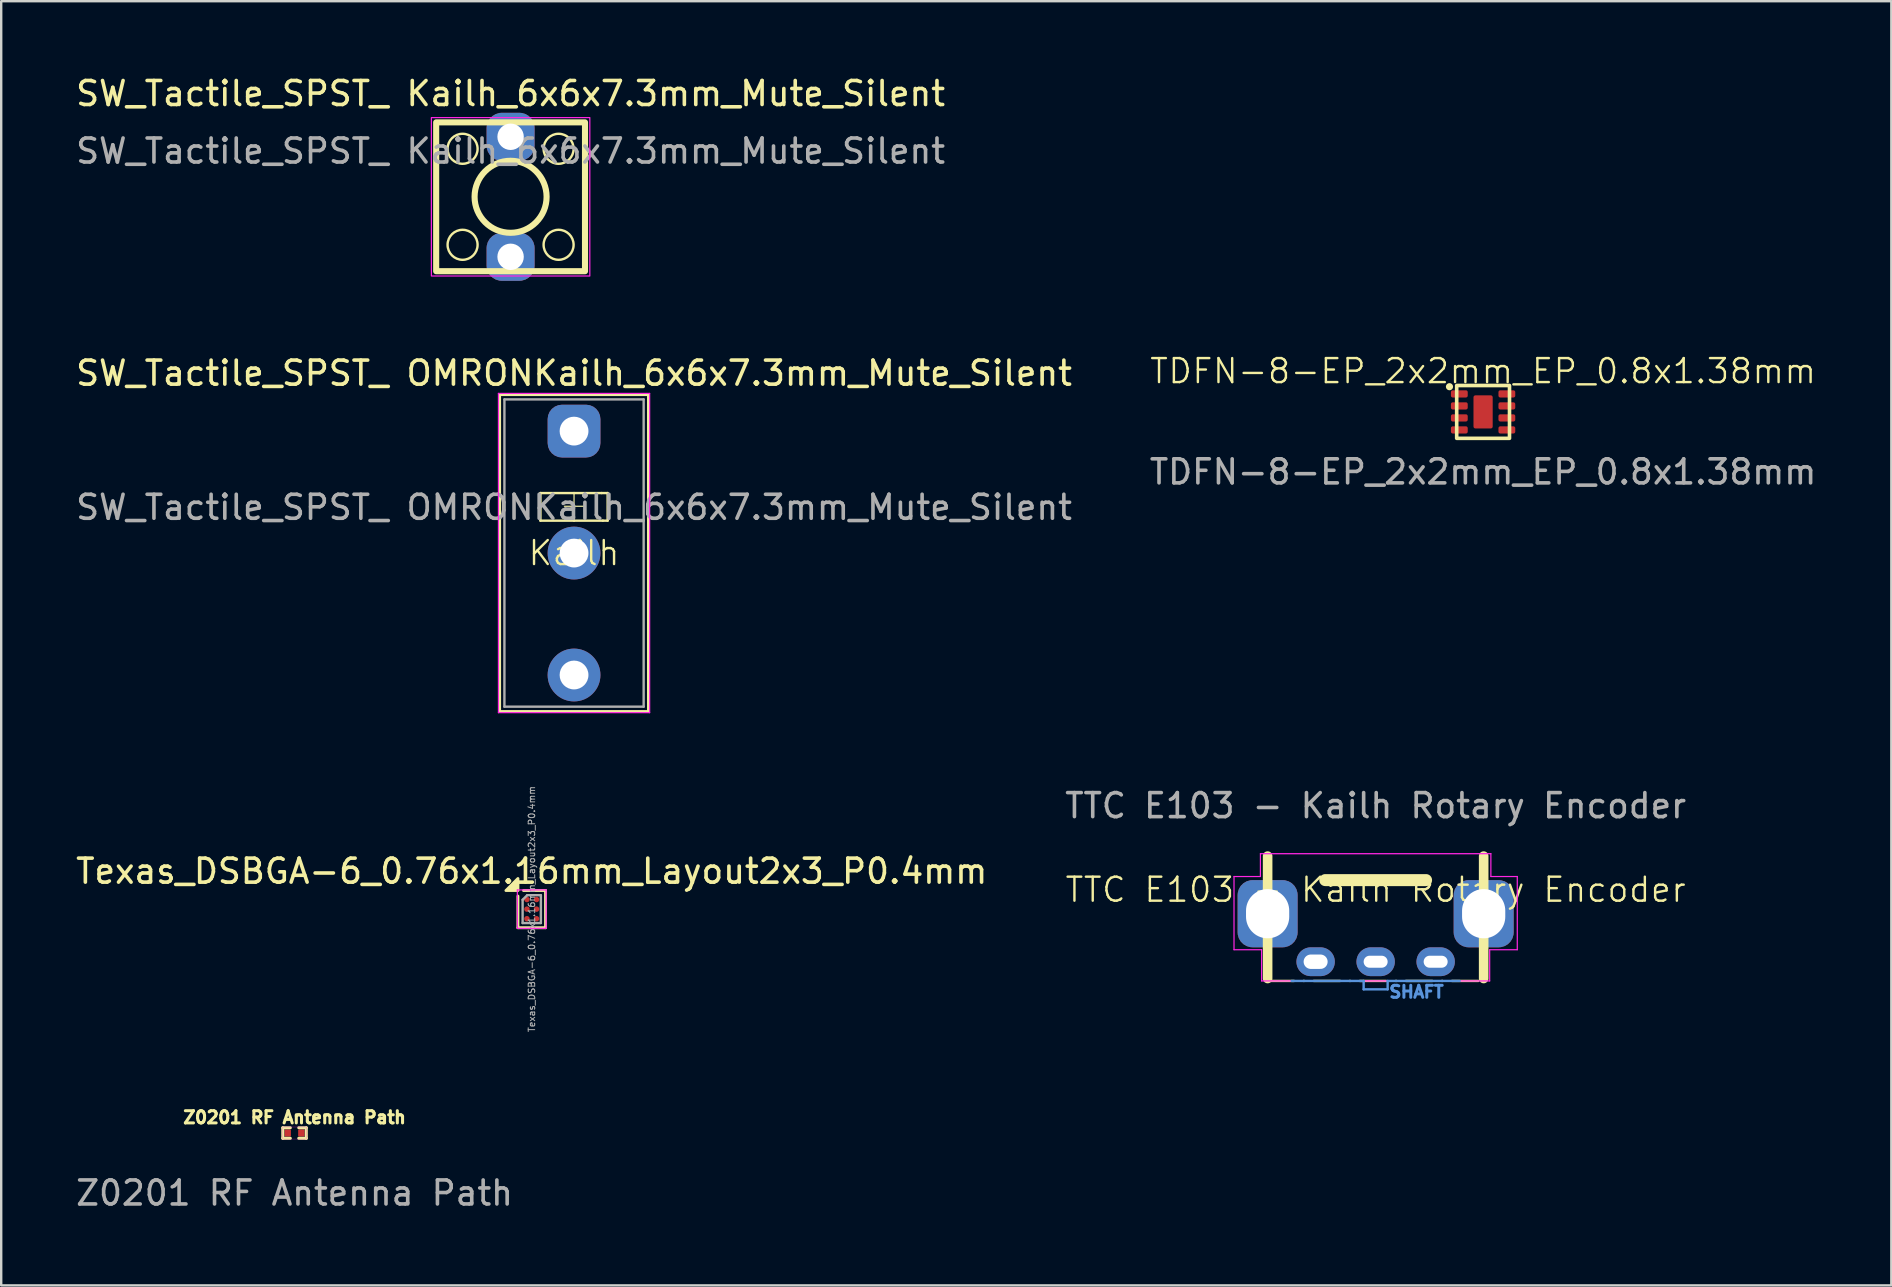
<source format=kicad_pcb>
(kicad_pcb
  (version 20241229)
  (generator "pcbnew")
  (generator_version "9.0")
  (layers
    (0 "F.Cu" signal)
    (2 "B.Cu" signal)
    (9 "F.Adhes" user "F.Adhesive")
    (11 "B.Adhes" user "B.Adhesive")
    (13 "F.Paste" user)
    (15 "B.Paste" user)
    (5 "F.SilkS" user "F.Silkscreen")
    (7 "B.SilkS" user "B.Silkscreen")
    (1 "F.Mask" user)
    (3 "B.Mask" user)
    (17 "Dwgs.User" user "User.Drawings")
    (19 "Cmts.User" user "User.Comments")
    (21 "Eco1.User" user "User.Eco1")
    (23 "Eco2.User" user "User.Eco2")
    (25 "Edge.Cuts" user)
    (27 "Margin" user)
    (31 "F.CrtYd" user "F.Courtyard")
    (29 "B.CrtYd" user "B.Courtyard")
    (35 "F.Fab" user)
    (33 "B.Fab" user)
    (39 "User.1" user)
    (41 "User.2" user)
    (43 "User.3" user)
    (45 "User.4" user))
  (footprint "TDFN-8-EP_2x2mm_EP_0.8x1.38mm"
    (layer "F.Cu")
    (at 58.732 14.109)
    (property "Reference" "TDFN-8-EP_2x2mm_EP_0.8x1.38mm" (at 0 -1.7 0) (unlocked yes) (layer "F.SilkS") (effects (font (size 1 1) (thickness 0.1))))
    (attr smd)
    (fp_rect (start -1.1 -1.1) (end 1.1 1.1) (stroke (width 0.15) (type solid)) (fill no) (layer "F.SilkS"))
    (fp_circle (center -1.4 -1.05) (end -1.325 -1.05) (stroke (width 0.15) (type solid)) (fill no) (layer "F.SilkS"))
    (fp_text user "${REFERENCE}" (at 0 2.5 0) (unlocked yes) (layer "F.Fab") (effects (font (size 1 1) (thickness 0.15))))
    (pad "1" smd roundrect (at -0.99 -0.75) (size 0.7 0.3) (layers "F.Cu" "F.Mask" "F.Paste") (roundrect_rratio 0.25))
    (pad "2" smd roundrect (at -0.99 -0.25) (size 0.7 0.3) (layers "F.Cu" "F.Mask" "F.Paste") (roundrect_rratio 0.25))
    (pad "3" smd roundrect (at -0.99 0.25) (size 0.7 0.3) (layers "F.Cu" "F.Mask" "F.Paste") (roundrect_rratio 0.25))
    (pad "4" smd roundrect (at -0.99 0.75) (size 0.7 0.3) (layers "F.Cu" "F.Mask" "F.Paste") (roundrect_rratio 0.25))
    (pad "5" smd roundrect (at 0.99 0.75) (size 0.7 0.3) (layers "F.Cu" "F.Mask" "F.Paste") (roundrect_rratio 0.25))
    (pad "6" smd roundrect (at 0.99 0.25) (size 0.7 0.3) (layers "F.Cu" "F.Mask" "F.Paste") (roundrect_rratio 0.25))
    (pad "7" smd roundrect (at 0.99 -0.25) (size 0.7 0.3) (layers "F.Cu" "F.Mask" "F.Paste") (roundrect_rratio 0.25))
    (pad "8" smd roundrect (at 0.99 -0.75) (size 0.7 0.3) (layers "F.Cu" "F.Mask" "F.Paste") (roundrect_rratio 0.25))
    (pad "9" smd roundrect (at 0 0) (size 0.8 1.38) (layers "F.Cu" "F.Mask" "F.Paste") (roundrect_rratio 0.1)))
  (footprint "Z0201 RF Antenna Path"
    (layer "F.Cu")
    (at 9.22 44.149)
    (property "Reference" "Z0201 RF Antenna Path" (at 0 -0.65 0) (unlocked yes) (layer "F.SilkS") (effects (font (size 0.508 0.508) (thickness 0.127) (bold yes))))
    (attr smd)
    (fp_line (start -0.49 0.22) (end -0.49 -0.22) (stroke (width 0.125) (type solid)) (layer "F.SilkS"))
    (fp_line (start -0.175 -0.22) (end -0.49 -0.22) (stroke (width 0.125) (type solid)) (layer "F.SilkS"))
    (fp_line (start -0.175 0.22) (end -0.49 0.22) (stroke (width 0.125) (type solid)) (layer "F.SilkS"))
    (fp_line (start 0.49 -0.22) (end 0.175 -0.22) (stroke (width 0.125) (type solid)) (layer "F.SilkS"))
    (fp_line (start 0.49 0.22) (end 0.175 0.22) (stroke (width 0.125) (type solid)) (layer "F.SilkS"))
    (fp_line (start 0.49 0.22) (end 0.49 -0.22) (stroke (width 0.125) (type solid)) (layer "F.SilkS"))
    (fp_rect (start -0.5 -0.25) (end 0.5 0.25) (stroke (width 0.01) (type solid)) (fill no) (layer "F.CrtYd"))
    (fp_line (start -0.5 0.23) (end -0.5 -0.23) (stroke (width 0.1) (type solid)) (layer "User.13"))
    (fp_line (start 0.5 0.23) (end 0.5 -0.23) (stroke (width 0.1) (type solid)) (layer "User.13"))
    (fp_text user "${REFERENCE}" (at 0 2.5 0) (unlocked yes) (layer "F.Fab") (effects (font (size 1 1) (thickness 0.15))))
    (pad "1" smd roundrect (at -0.285 0 90) (size 0.3 0.27) (layers "F.Cu" "F.Mask" "F.Paste") (roundrect_rratio 0.15))
    (pad "2" smd roundrect (at 0.285 0 90) (size 0.3 0.27) (layers "F.Cu" "F.Mask" "F.Paste") (roundrect_rratio 0.15)))
  (footprint "SW_Tactile_SPST_ OMRONKailh_6x6x7.3mm_Mute_Silent"
    (layer "F.Cu")
    (at 20.863 19.989)
    (property "Reference" "SW_Tactile_SPST_ OMRONKailh_6x6x7.3mm_Mute_Silent" (at 0 -7.493 0) (unlocked yes) (layer "F.SilkS") (effects (font (size 1 1) (thickness 0.15))))
    (property "Manufacturer" "Kailh" (at 0 0 0) (layer "F.SilkS") (effects (font (size 1 1) (thickness 0.1))))
    (attr through_hole exclude_from_pos_files)
    (fp_line (start -3.1 -6.6) (end -3.1 6.6) (stroke (width 0.12) (type solid)) (layer "F.SilkS"))
    (fp_line (start -3.1 -6.6) (end 3.1 -6.6) (stroke (width 0.12) (type solid)) (layer "F.SilkS"))
    (fp_line (start -3.1 6.6) (end 3.1 6.6) (stroke (width 0.12) (type solid)) (layer "F.SilkS"))
    (fp_line (start -1.4 -1.35) (end -1.4 -2.5) (stroke (width 0.1) (type default)) (layer "F.SilkS"))
    (fp_line (start 0 -2.5) (end -1.4 -2.5) (stroke (width 0.1) (type default)) (layer "F.SilkS"))
    (fp_line (start 0 -2.5) (end 1.15 -2.5) (stroke (width 0.1) (type default)) (layer "F.SilkS"))
    (fp_line (start 0 -1.95) (end -0.4 -1.95) (stroke (width 0.05) (type solid)) (layer "F.SilkS"))
    (fp_line (start 0 -1.95) (end 0.4 -1.95) (stroke (width 0.05) (type solid)) (layer "F.SilkS"))
    (fp_line (start 0 -1.35) (end -1.4 -1.35) (stroke (width 0.1) (type default)) (layer "F.SilkS"))
    (fp_line (start 0 -1.35) (end 0 -2.5) (stroke (width 0.05) (type solid)) (layer "F.SilkS"))
    (fp_line (start 0 -1.35) (end 1.2 -1.35) (stroke (width 0.1) (type default)) (layer "F.SilkS"))
    (fp_line (start 1.4 -2.5) (end 1.15 -2.5) (stroke (width 0.1) (type default)) (layer "F.SilkS"))
    (fp_line (start 1.4 -1.35) (end 1.2 -1.35) (stroke (width 0.1) (type default)) (layer "F.SilkS"))
    (fp_line (start 1.4 -1.35) (end 1.4 -2.5) (stroke (width 0.1) (type default)) (layer "F.SilkS"))
    (fp_line (start 3.1 -6.6) (end 3.1 6.6) (stroke (width 0.12) (type solid)) (layer "F.SilkS"))
    (fp_line (start -3.15 -6.65) (end -3.15 6.65) (stroke (width 0.05) (type solid)) (layer "F.CrtYd"))
    (fp_line (start -3.15 -6.65) (end 3.15 -6.65) (stroke (width 0.05) (type solid)) (layer "F.CrtYd"))
    (fp_line (start -3.15 6.65) (end 3.15 6.65) (stroke (width 0.05) (type solid)) (layer "F.CrtYd"))
    (fp_line (start 3.15 -6.65) (end 3.15 6.65) (stroke (width 0.05) (type solid)) (layer "F.CrtYd"))
    (fp_line (start -2.9 -6.4) (end 2.9 -6.4) (stroke (width 0.1) (type solid)) (layer "F.Fab"))
    (fp_line (start -2.9 6.4) (end -2.9 -6.4) (stroke (width 0.1) (type solid)) (layer "F.Fab"))
    (fp_line (start 2.9 -6.4) (end 2.9 6.4) (stroke (width 0.1) (type solid)) (layer "F.Fab"))
    (fp_line (start 2.9 6.4) (end -2.9 6.4) (stroke (width 0.1) (type solid)) (layer "F.Fab"))
    (fp_text user "${REFERENCE}" (at 0 -1.905 0) (unlocked yes) (layer "F.Fab") (effects (font (size 1 1) (thickness 0.15))))
    (pad "1" thru_hole circle (at 0 0 180) (size 2.2 2.2) (drill 1.2) (layers "*.Cu" "*.Mask"))
    (pad "2" thru_hole roundrect (at 0 -5.08 180) (size 2.2 2.2) (drill 1.2) (layers "*.Cu" "*.Mask") (roundrect_rratio 0.273))
    (pad "3" thru_hole circle (at 0 5.08 180) (size 2.2 2.2) (drill 1.2) (layers "*.Cu" "*.Mask")))
  (footprint "SW_Tactile_SPST_ Kailh_6x6x7.3mm_Mute_Silent"
    (layer "F.Cu")
    (at 18.22 5.148)
    (property "Reference" "SW_Tactile_SPST_ Kailh_6x6x7.3mm_Mute_Silent" (at 0 -4.3 0) (unlocked yes) (layer "F.SilkS") (effects (font (size 1 1) (thickness 0.15))))
    (attr through_hole exclude_from_pos_files)
    (fp_rect (start -3.1 -3.1) (end 3.1 3.1) (stroke (width 0.254) (type solid)) (fill no) (layer "F.SilkS"))
    (fp_circle (center -2 -2) (end -1.375 -2) (stroke (width 0.1) (type solid)) (fill no) (layer "F.SilkS"))
    (fp_circle (center -2 2) (end -1.375 2) (stroke (width 0.1) (type solid)) (fill no) (layer "F.SilkS"))
    (fp_circle (center 0 0) (end 1.5 0) (stroke (width 0.254) (type solid)) (fill no) (layer "F.SilkS"))
    (fp_circle (center 2 -2) (end 2.625 -2) (stroke (width 0.1) (type solid)) (fill no) (layer "F.SilkS"))
    (fp_circle (center 2 2) (end 2.625 2) (stroke (width 0.1) (type solid)) (fill no) (layer "F.SilkS"))
    (fp_rect (start -3.3 -3.3) (end 3.3 3.3) (stroke (width 0.05) (type default)) (fill no) (layer "F.CrtYd"))
    (fp_text user "${REFERENCE}" (at 0 -1.905 0) (unlocked yes) (layer "F.Fab") (effects (font (size 1 1) (thickness 0.15))))
    (pad "1" thru_hole roundrect (at 0 2.5 180) (size 2 2) (drill 1.1) (layers "*.Cu" "*.Mask") (roundrect_rratio 0.318))
    (pad "2" thru_hole roundrect (at 0 -2.5 180) (size 2 2) (drill 1.1) (layers "*.Cu" "*.Mask") (roundrect_rratio 0.318)))
  (footprint "TTC E103 - Kailh Rotary Encoder"
    (layer "F.Cu")
    (at 54.256 37.013)
    (property "Reference" "TTC E103 - Kailh Rotary Encoder" (at 0 -3 0) (unlocked yes) (layer "F.SilkS") (effects (font (size 1 1) (thickness 0.1))))
    (attr through_hole exclude_from_pos_files)
    (fp_line (start -4.5 -2) (end -4.5 -4.4) (stroke (width 0.4) (type default)) (layer "F.SilkS"))
    (fp_line (start -4.5 -2) (end -4.5 0.7) (stroke (width 0.4) (type solid)) (layer "F.SilkS"))
    (fp_line (start -4.5 0.8) (end 4.5 0.8) (stroke (width 0.1) (type dash_dot)) (layer "F.SilkS"))
    (fp_line (start -2.1 -3.4) (end 2.1 -3.4) (stroke (width 0.5) (type solid)) (layer "F.SilkS"))
    (fp_line (start 4.5 -4.4) (end 4.5 -2) (stroke (width 0.4) (type solid)) (layer "F.SilkS"))
    (fp_line (start 4.5 -2) (end 4.5 0.7) (stroke (width 0.4) (type default)) (layer "F.SilkS"))
    (fp_line (start -3.5 0.8) (end -0.5 0.8) (stroke (width 0.1) (type default)) (layer "Cmts.User"))
    (fp_line (start -0.5 0.8) (end -0.5 1.15) (stroke (width 0.1) (type default)) (layer "Cmts.User"))
    (fp_line (start -0.5 1.15) (end 0.5 1.15) (stroke (width 0.1) (type default)) (layer "Cmts.User"))
    (fp_line (start 0.5 0.8) (end 3.5 0.8) (stroke (width 0.1) (type default)) (layer "Cmts.User"))
    (fp_line (start 0.5 1.15) (end 0.5 0.8) (stroke (width 0.1) (type default)) (layer "Cmts.User"))
    (fp_line (start -5.9 -3.55) (end -4.8 -3.55) (stroke (width 0.05) (type default)) (layer "F.CrtYd"))
    (fp_line (start -5.9 -0.5) (end -5.9 -3.55) (stroke (width 0.05) (type default)) (layer "F.CrtYd"))
    (fp_line (start -4.8 -4.5) (end 4.8 -4.5) (stroke (width 0.05) (type default)) (layer "F.CrtYd"))
    (fp_line (start -4.8 -3.55) (end -4.8 -4.5) (stroke (width 0.05) (type default)) (layer "F.CrtYd"))
    (fp_line (start -4.75 -0.5) (end -5.9 -0.5) (stroke (width 0.05) (type default)) (layer "F.CrtYd"))
    (fp_line (start -4.75 0.8) (end -4.75 -0.5) (stroke (width 0.05) (type default)) (layer "F.CrtYd"))
    (fp_line (start 4.75 -0.5) (end 4.75 0.8) (stroke (width 0.05) (type default)) (layer "F.CrtYd"))
    (fp_line (start 4.75 0.8) (end -4.75 0.8) (stroke (width 0.05) (type default)) (layer "F.CrtYd"))
    (fp_line (start 4.8 -4.5) (end 4.8 -3.55) (stroke (width 0.05) (type default)) (layer "F.CrtYd"))
    (fp_line (start 4.8 -3.55) (end 5.9 -3.55) (stroke (width 0.05) (type default)) (layer "F.CrtYd"))
    (fp_line (start 5.9 -3.55) (end 5.9 -0.5) (stroke (width 0.05) (type default)) (layer "F.CrtYd"))
    (fp_line (start 5.9 -0.5) (end 4.75 -0.5) (stroke (width 0.05) (type default)) (layer "F.CrtYd"))
    (fp_text user "SHAFT" (at 0.5 1.55 0) (unlocked yes) (layer "Cmts.User") (effects (font (size 0.5 0.5) (thickness 0.125)) (justify left bottom)))
    (fp_text user "${REFERENCE}" (at 0 -6.5 0) (unlocked yes) (layer "F.Fab") (effects (font (size 1 1) (thickness 0.15))))
    (pad "4" thru_hole roundrect (at -4.5 -2) (size 2.5 2.8) (drill oval 1.8 2.05) (layers "*.Cu" "*.Mask") (roundrect_rratio 0.25))
    (pad "4" thru_hole roundrect (at 4.5 -2) (size 2.5 2.8) (drill oval 1.8 2.05) (layers "*.Cu" "*.Mask") (roundrect_rratio 0.25))
    (pad "A" thru_hole oval (at -2.5 0) (size 1.6 1.2) (drill oval 1 0.6) (layers "*.Cu" "*.Mask"))
    (pad "B" thru_hole oval (at 0 0) (size 1.6 1.2) (drill oval 1 0.5) (layers "*.Cu" "*.Mask"))
    (pad "C" thru_hole oval (at 2.5 0) (size 1.6 1.2) (drill oval 1 0.5) (layers "*.Cu" "*.Mask")))
  (footprint "Texas_DSBGA-6_0.76x1.16mm_Layout2x3_P0.4mm"
    (layer "F.Cu")
    (at 19.101 34.822)
    (property "Reference" "Texas_DSBGA-6_0.76x1.16mm_Layout2x3_P0.4mm" (at 0 -1.58 0) (layer "F.SilkS") (effects (font (size 1 1) (thickness 0.15))))
    (attr smd)
    (fp_line (start -0.575 0.775) (end -0.575 -0.542) (stroke (width 0.12) (type solid)) (layer "F.SilkS"))
    (fp_line (start -0.343 -0.775) (end 0.575 -0.775) (stroke (width 0.12) (type solid)) (layer "F.SilkS"))
    (fp_line (start 0.575 -0.775) (end 0.575 0.775) (stroke (width 0.12) (type solid)) (layer "F.SilkS"))
    (fp_line (start 0.575 0.775) (end -0.575 0.775) (stroke (width 0.12) (type solid)) (layer "F.SilkS"))
    (fp_poly (pts (xy -0.575 -0.775) (xy -1.075 -0.775) (xy -0.575 -1.275)) (stroke (width 0.12) (type solid)) (fill yes) (layer "F.SilkS"))
    (fp_line (start -0.6 -0.8) (end -0.6 0.8) (stroke (width 0.05) (type solid)) (layer "F.CrtYd"))
    (fp_line (start -0.6 0.8) (end 0.6 0.8) (stroke (width 0.05) (type solid)) (layer "F.CrtYd"))
    (fp_line (start 0.6 -0.8) (end -0.6 -0.8) (stroke (width 0.05) (type solid)) (layer "F.CrtYd"))
    (fp_line (start 0.6 0.8) (end 0.6 -0.8) (stroke (width 0.05) (type solid)) (layer "F.CrtYd"))
    (fp_line (start -0.38 -0.39) (end -0.19 -0.58) (stroke (width 0.1) (type solid)) (layer "F.Fab"))
    (fp_line (start -0.38 0.58) (end -0.38 -0.39) (stroke (width 0.1) (type solid)) (layer "F.Fab"))
    (fp_line (start -0.19 -0.58) (end 0.38 -0.58) (stroke (width 0.1) (type solid)) (layer "F.Fab"))
    (fp_line (start 0.38 -0.58) (end 0.38 0.58) (stroke (width 0.1) (type solid)) (layer "F.Fab"))
    (fp_line (start 0.38 0.58) (end -0.38 0.58) (stroke (width 0.1) (type solid)) (layer "F.Fab"))
    (fp_text user "${REFERENCE}" (at 0 0 270) (layer "F.Fab") (effects (font (size 0.27 0.27) (thickness 0.041))))
    (pad "A1" smd circle (at -0.2 -0.4) (size 0.23 0.23) (property pad_prop_bga) (layers "F.Cu" "F.Mask" "F.Paste"))
    (pad "A2" smd circle (at 0.2 -0.4) (size 0.23 0.23) (property pad_prop_bga) (layers "F.Cu" "F.Mask" "F.Paste"))
    (pad "B1" smd circle (at -0.2 0) (size 0.23 0.23) (property pad_prop_bga) (layers "F.Cu" "F.Mask" "F.Paste"))
    (pad "B2" smd circle (at 0.2 0) (size 0.23 0.23) (property pad_prop_bga) (layers "F.Cu" "F.Mask" "F.Paste"))
    (pad "C1" smd circle (at -0.2 0.4) (size 0.23 0.23) (property pad_prop_bga) (layers "F.Cu" "F.Mask" "F.Paste"))
    (pad "C2" smd circle (at 0.2 0.4) (size 0.23 0.23) (property pad_prop_bga) (layers "F.Cu" "F.Mask" "F.Paste")))
  (gr_rect
    (start -3 -3)
    (end 75.738 50.497)
    (stroke (width 0.1) (type default))
    (fill no)
    (layer "Edge.Cuts")))
</source>
